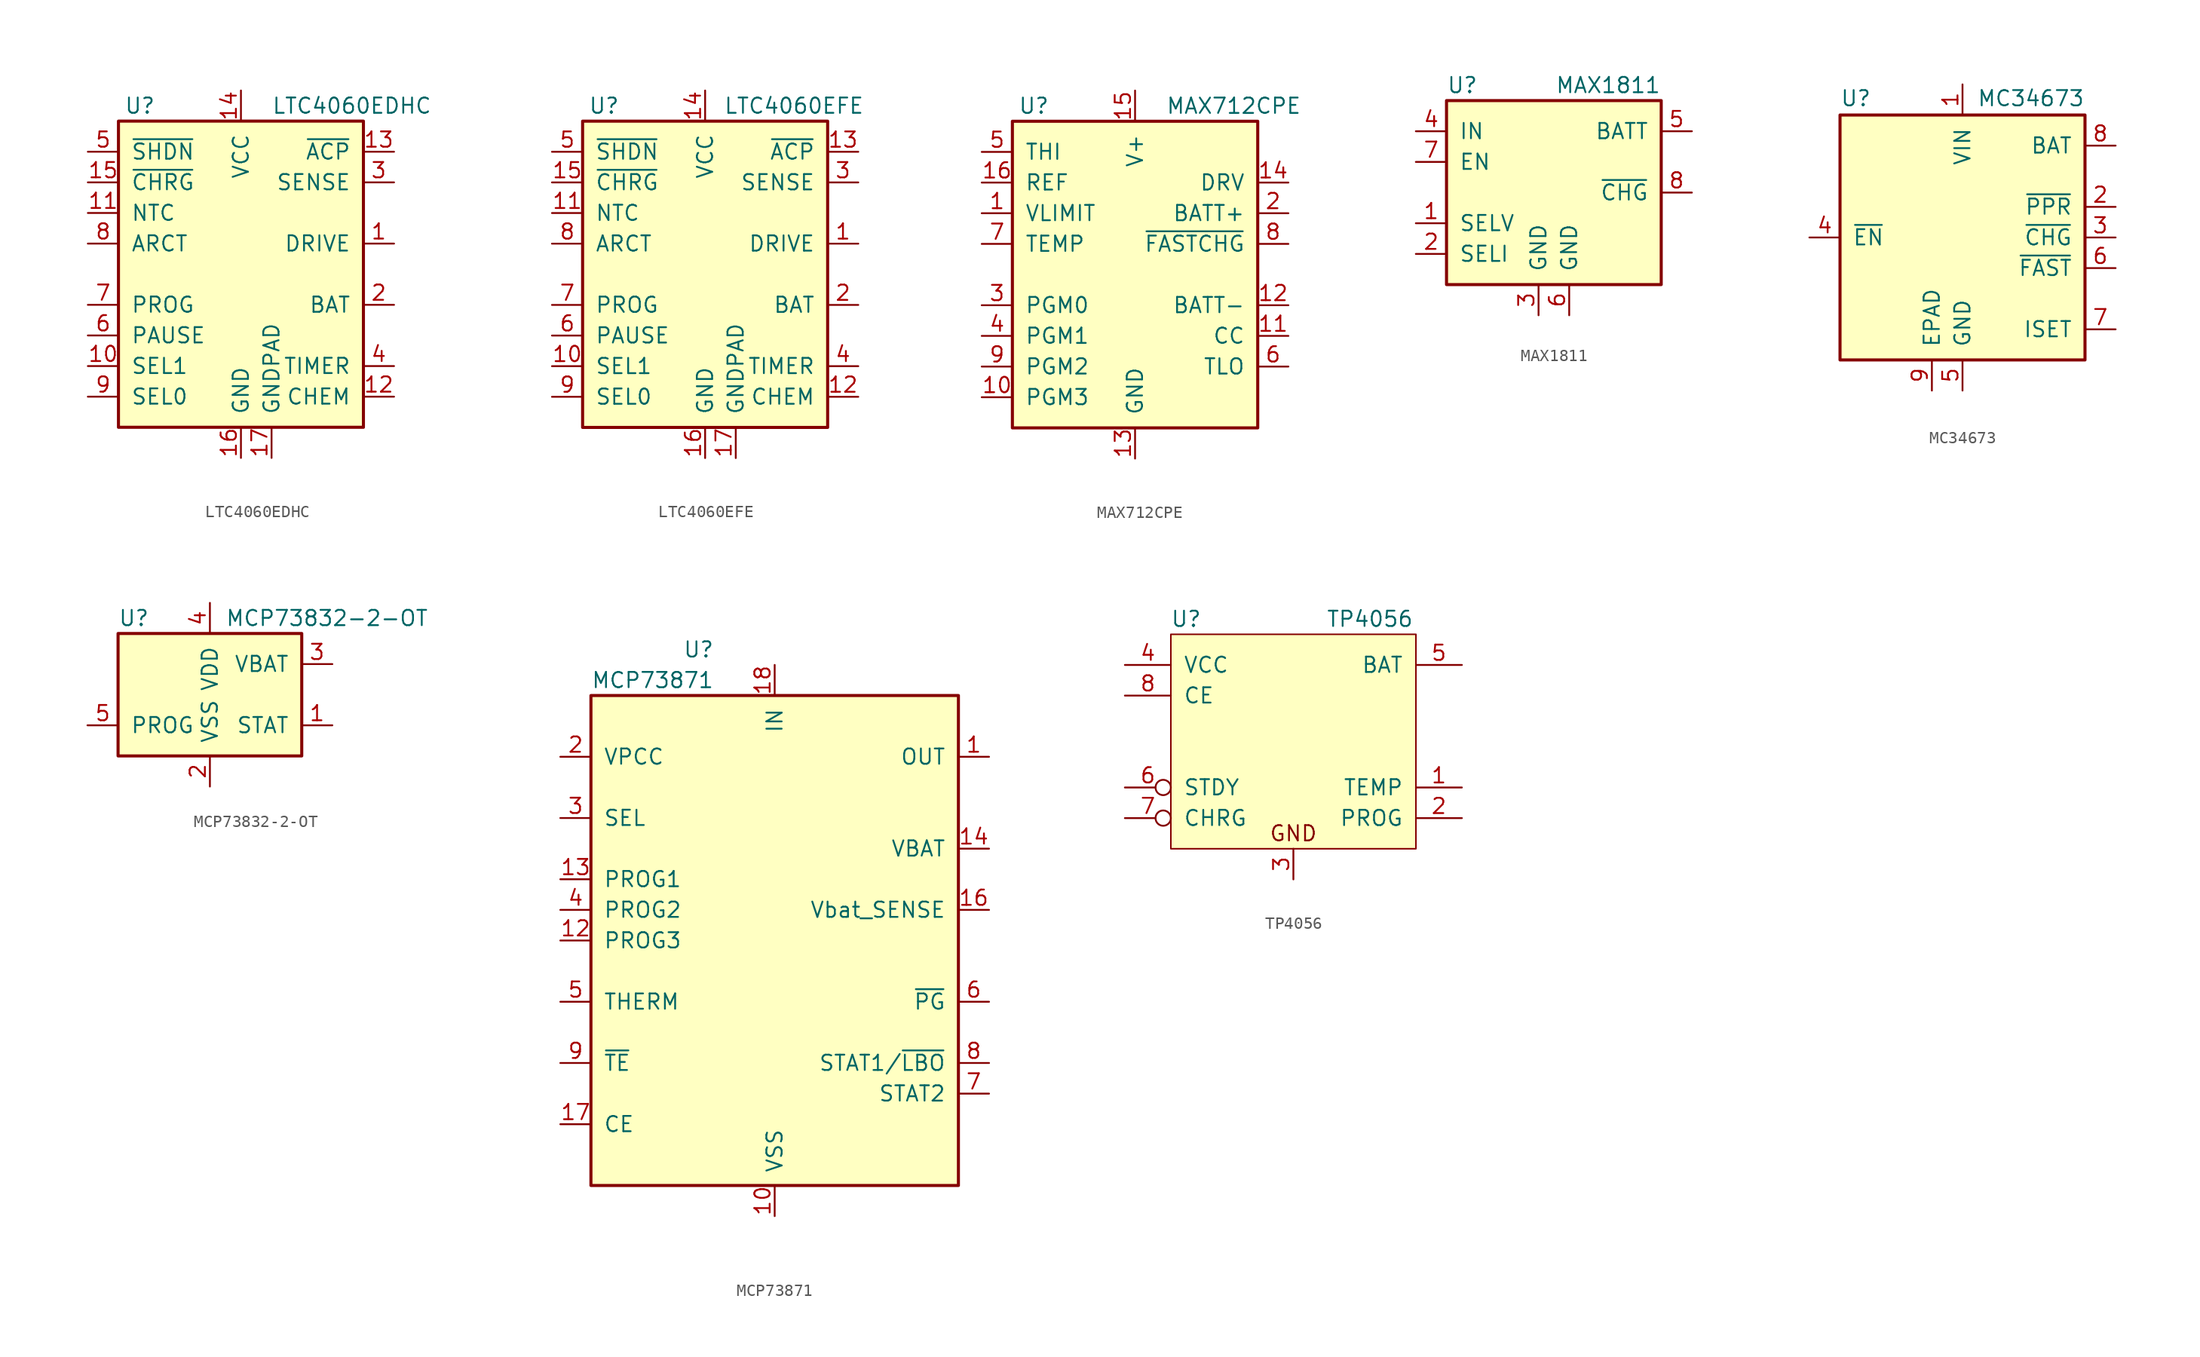
<source format=kicad_sym>
(kicad_symbol_lib
  (version 20201005)
  (generator kicad_symbol_editor)
  (symbol "LTC4060EDHC"
    (pin_names
      (offset 1.016))
    (property "Reference" "U"
      (at -8.382 13.97 0)
      (effects (font (size 1.27 1.27))))
    (property "Value" "LTC4060EDHC"
      (at 2.54 13.97 0)
      (effects (font (size 1.27 1.27)) (justify left)))
    (symbol "LTC4060EDHC_0_1"
      (rectangle (start -10.16 12.7) (end 10.16 -12.7) (stroke (width 0.254)) (fill (type background))))
    (symbol "LTC4060EDHC_1_1"
      (pin output line (at 12.7 2.54 180) (length 2.54) (name "DRIVE" (effects (font (size 1.27 1.27)))) (number "1" (effects (font (size 1.27 1.27)))))
      (pin input line (at -12.7 -7.62 0) (length 2.54) (name "SEL1" (effects (font (size 1.27 1.27)))) (number "10" (effects (font (size 1.27 1.27)))))
      (pin input line (at -12.7 5.08 0) (length 2.54) (name "NTC" (effects (font (size 1.27 1.27)))) (number "11" (effects (font (size 1.27 1.27)))))
      (pin input line (at 12.7 -10.16 180) (length 2.54) (name "CHEM" (effects (font (size 1.27 1.27)))) (number "12" (effects (font (size 1.27 1.27)))))
      (pin open_collector line (at 12.7 10.16 180) (length 2.54) (name "~ACP" (effects (font (size 1.27 1.27)))) (number "13" (effects (font (size 1.27 1.27)))))
      (pin power_in line (at 0 15.24 270) (length 2.54) (name "VCC" (effects (font (size 1.27 1.27)))) (number "14" (effects (font (size 1.27 1.27)))))
      (pin open_collector line (at -12.7 7.62 0) (length 2.54) (name "~CHRG" (effects (font (size 1.27 1.27)))) (number "15" (effects (font (size 1.27 1.27)))))
      (pin power_in line (at 0 -15.24 90) (length 2.54) (name "GND" (effects (font (size 1.27 1.27)))) (number "16" (effects (font (size 1.27 1.27)))))
      (pin power_in line (at 2.54 -15.24 90) (length 2.54) (name "GNDPAD" (effects (font (size 1.27 1.27)))) (number "17" (effects (font (size 1.27 1.27)))))
      (pin input line (at 12.7 -2.54 180) (length 2.54) (name "BAT" (effects (font (size 1.27 1.27)))) (number "2" (effects (font (size 1.27 1.27)))))
      (pin input line (at 12.7 7.62 180) (length 2.54) (name "SENSE" (effects (font (size 1.27 1.27)))) (number "3" (effects (font (size 1.27 1.27)))))
      (pin input line (at 12.7 -7.62 180) (length 2.54) (name "TIMER" (effects (font (size 1.27 1.27)))) (number "4" (effects (font (size 1.27 1.27)))))
      (pin input line (at -12.7 10.16 0) (length 2.54) (name "~SHDN" (effects (font (size 1.27 1.27)))) (number "5" (effects (font (size 1.27 1.27)))))
      (pin input line (at -12.7 -5.08 0) (length 2.54) (name "PAUSE" (effects (font (size 1.27 1.27)))) (number "6" (effects (font (size 1.27 1.27)))))
      (pin input line (at -12.7 -2.54 0) (length 2.54) (name "PROG" (effects (font (size 1.27 1.27)))) (number "7" (effects (font (size 1.27 1.27)))))
      (pin input line (at -12.7 2.54 0) (length 2.54) (name "ARCT" (effects (font (size 1.27 1.27)))) (number "8" (effects (font (size 1.27 1.27)))))
      (pin input line (at -12.7 -10.16 0) (length 2.54) (name "SEL0" (effects (font (size 1.27 1.27)))) (number "9" (effects (font (size 1.27 1.27)))))))
  (symbol "LTC4060EFE"
    (pin_names
      (offset 1.016))
    (property "Reference" "U"
      (at -8.382 13.97 0)
      (effects (font (size 1.27 1.27))))
    (property "Value" "LTC4060EFE"
      (at 1.524 13.97 0)
      (effects (font (size 1.27 1.27)) (justify left)))
    (symbol "LTC4060EFE_0_1"
      (rectangle (start -10.16 12.7) (end 10.16 -12.7) (stroke (width 0.254)) (fill (type background))))
    (symbol "LTC4060EFE_1_1"
      (pin output line (at 12.7 2.54 180) (length 2.54) (name "DRIVE" (effects (font (size 1.27 1.27)))) (number "1" (effects (font (size 1.27 1.27)))))
      (pin input line (at -12.7 -7.62 0) (length 2.54) (name "SEL1" (effects (font (size 1.27 1.27)))) (number "10" (effects (font (size 1.27 1.27)))))
      (pin input line (at -12.7 5.08 0) (length 2.54) (name "NTC" (effects (font (size 1.27 1.27)))) (number "11" (effects (font (size 1.27 1.27)))))
      (pin input line (at 12.7 -10.16 180) (length 2.54) (name "CHEM" (effects (font (size 1.27 1.27)))) (number "12" (effects (font (size 1.27 1.27)))))
      (pin open_collector line (at 12.7 10.16 180) (length 2.54) (name "~ACP" (effects (font (size 1.27 1.27)))) (number "13" (effects (font (size 1.27 1.27)))))
      (pin power_in line (at 0 15.24 270) (length 2.54) (name "VCC" (effects (font (size 1.27 1.27)))) (number "14" (effects (font (size 1.27 1.27)))))
      (pin open_collector line (at -12.7 7.62 0) (length 2.54) (name "~CHRG" (effects (font (size 1.27 1.27)))) (number "15" (effects (font (size 1.27 1.27)))))
      (pin power_in line (at 0 -15.24 90) (length 2.54) (name "GND" (effects (font (size 1.27 1.27)))) (number "16" (effects (font (size 1.27 1.27)))))
      (pin power_in line (at 2.54 -15.24 90) (length 2.54) (name "GNDPAD" (effects (font (size 1.27 1.27)))) (number "17" (effects (font (size 1.27 1.27)))))
      (pin input line (at 12.7 -2.54 180) (length 2.54) (name "BAT" (effects (font (size 1.27 1.27)))) (number "2" (effects (font (size 1.27 1.27)))))
      (pin input line (at 12.7 7.62 180) (length 2.54) (name "SENSE" (effects (font (size 1.27 1.27)))) (number "3" (effects (font (size 1.27 1.27)))))
      (pin input line (at 12.7 -7.62 180) (length 2.54) (name "TIMER" (effects (font (size 1.27 1.27)))) (number "4" (effects (font (size 1.27 1.27)))))
      (pin input line (at -12.7 10.16 0) (length 2.54) (name "~SHDN" (effects (font (size 1.27 1.27)))) (number "5" (effects (font (size 1.27 1.27)))))
      (pin input line (at -12.7 -5.08 0) (length 2.54) (name "PAUSE" (effects (font (size 1.27 1.27)))) (number "6" (effects (font (size 1.27 1.27)))))
      (pin input line (at -12.7 -2.54 0) (length 2.54) (name "PROG" (effects (font (size 1.27 1.27)))) (number "7" (effects (font (size 1.27 1.27)))))
      (pin input line (at -12.7 2.54 0) (length 2.54) (name "ARCT" (effects (font (size 1.27 1.27)))) (number "8" (effects (font (size 1.27 1.27)))))
      (pin input line (at -12.7 -10.16 0) (length 2.54) (name "SEL0" (effects (font (size 1.27 1.27)))) (number "9" (effects (font (size 1.27 1.27)))))))
  (symbol "MAX712CPE"
    (pin_names
      (offset 1.016))
    (property "Reference" "U"
      (at -8.382 13.97 0)
      (effects (font (size 1.27 1.27))))
    (property "Value" "MAX712CPE"
      (at 2.54 13.97 0)
      (effects (font (size 1.27 1.27)) (justify left)))
    (symbol "MAX712CPE_0_1"
      (rectangle (start -10.16 12.7) (end 10.16 -12.7) (stroke (width 0.254)) (fill (type background))))
    (symbol "MAX712CPE_1_1"
      (pin input line (at -12.7 5.08 0) (length 2.54) (name "VLIMIT" (effects (font (size 1.27 1.27)))) (number "1" (effects (font (size 1.27 1.27)))))
      (pin input line (at -12.7 -10.16 0) (length 2.54) (name "PGM3" (effects (font (size 1.27 1.27)))) (number "10" (effects (font (size 1.27 1.27)))))
      (pin input line (at 12.7 -5.08 180) (length 2.54) (name "CC" (effects (font (size 1.27 1.27)))) (number "11" (effects (font (size 1.27 1.27)))))
      (pin input line (at 12.7 -2.54 180) (length 2.54) (name "BATT-" (effects (font (size 1.27 1.27)))) (number "12" (effects (font (size 1.27 1.27)))))
      (pin power_in line (at 0 -15.24 90) (length 2.54) (name "GND" (effects (font (size 1.27 1.27)))) (number "13" (effects (font (size 1.27 1.27)))))
      (pin output line (at 12.7 7.62 180) (length 2.54) (name "DRV" (effects (font (size 1.27 1.27)))) (number "14" (effects (font (size 1.27 1.27)))))
      (pin power_in line (at 0 15.24 270) (length 2.54) (name "V+" (effects (font (size 1.27 1.27)))) (number "15" (effects (font (size 1.27 1.27)))))
      (pin power_in line (at -12.7 7.62 0) (length 2.54) (name "REF" (effects (font (size 1.27 1.27)))) (number "16" (effects (font (size 1.27 1.27)))))
      (pin input line (at 12.7 5.08 180) (length 2.54) (name "BATT+" (effects (font (size 1.27 1.27)))) (number "2" (effects (font (size 1.27 1.27)))))
      (pin input line (at -12.7 -2.54 0) (length 2.54) (name "PGM0" (effects (font (size 1.27 1.27)))) (number "3" (effects (font (size 1.27 1.27)))))
      (pin input line (at -12.7 -5.08 0) (length 2.54) (name "PGM1" (effects (font (size 1.27 1.27)))) (number "4" (effects (font (size 1.27 1.27)))))
      (pin input line (at -12.7 10.16 0) (length 2.54) (name "THI" (effects (font (size 1.27 1.27)))) (number "5" (effects (font (size 1.27 1.27)))))
      (pin input line (at 12.7 -7.62 180) (length 2.54) (name "TLO" (effects (font (size 1.27 1.27)))) (number "6" (effects (font (size 1.27 1.27)))))
      (pin input line (at -12.7 2.54 0) (length 2.54) (name "TEMP" (effects (font (size 1.27 1.27)))) (number "7" (effects (font (size 1.27 1.27)))))
      (pin open_collector line (at 12.7 2.54 180) (length 2.54) (name "~FASTCHG" (effects (font (size 1.27 1.27)))) (number "8" (effects (font (size 1.27 1.27)))))
      (pin input line (at -12.7 -7.62 0) (length 2.54) (name "PGM2" (effects (font (size 1.27 1.27)))) (number "9" (effects (font (size 1.27 1.27)))))))
  (symbol "MAX1811"
    (pin_names
      (offset 1.016))
    (property "Reference" "U"
      (at -7.62 8.89 0)
      (effects (font (size 1.27 1.27)) (justify left)))
    (property "Value" "MAX1811"
      (at 10.16 8.89 0)
      (effects (font (size 1.27 1.27)) (justify right)))
    (symbol "MAX1811_0_1"
      (rectangle (start -7.62 7.62) (end 10.16 -7.62) (stroke (width 0.254)) (fill (type background))))
    (symbol "MAX1811_1_1"
      (pin input line (at -10.16 -2.54 0) (length 2.54) (name "SELV" (effects (font (size 1.27 1.27)))) (number "1" (effects (font (size 1.27 1.27)))))
      (pin input line (at -10.16 -5.08 0) (length 2.54) (name "SELI" (effects (font (size 1.27 1.27)))) (number "2" (effects (font (size 1.27 1.27)))))
      (pin power_in line (at 0 -10.16 90) (length 2.54) (name "GND" (effects (font (size 1.27 1.27)))) (number "3" (effects (font (size 1.27 1.27)))))
      (pin power_in line (at -10.16 5.08 0) (length 2.54) (name "IN" (effects (font (size 1.27 1.27)))) (number "4" (effects (font (size 1.27 1.27)))))
      (pin power_out line (at 12.7 5.08 180) (length 2.54) (name "BATT" (effects (font (size 1.27 1.27)))) (number "5" (effects (font (size 1.27 1.27)))))
      (pin power_in line (at 2.54 -10.16 90) (length 2.54) (name "GND" (effects (font (size 1.27 1.27)))) (number "6" (effects (font (size 1.27 1.27)))))
      (pin input line (at -10.16 2.54 0) (length 2.54) (name "EN" (effects (font (size 1.27 1.27)))) (number "7" (effects (font (size 1.27 1.27)))))
      (pin open_collector line (at 12.7 0 180) (length 2.54) (name "~CHG" (effects (font (size 1.27 1.27)))) (number "8" (effects (font (size 1.27 1.27)))))))
  (symbol "MC34673"
    (pin_names
      (offset 1.016))
    (property "Reference" "U"
      (at -10.16 10.795 0)
      (effects (font (size 1.27 1.27)) (justify left bottom)))
    (property "Value" "MC34673"
      (at 10.16 10.795 0)
      (effects (font (size 1.27 1.27)) (justify right bottom)))
    (symbol "MC34673_0_1"
      (rectangle (start -10.16 10.16) (end 10.16 -10.16) (stroke (width 0.254)) (fill (type background))))
    (symbol "MC34673_1_1"
      (pin power_in line (at 0 12.7 270) (length 2.54) (name "VIN" (effects (font (size 1.27 1.27)))) (number "1" (effects (font (size 1.27 1.27)))))
      (pin open_collector line (at 12.7 2.54 180) (length 2.54) (name "~PPR~" (effects (font (size 1.27 1.27)))) (number "2" (effects (font (size 1.27 1.27)))))
      (pin open_collector line (at 12.7 0 180) (length 2.54) (name "~CHG~" (effects (font (size 1.27 1.27)))) (number "3" (effects (font (size 1.27 1.27)))))
      (pin input line (at -12.7 0 0) (length 2.54) (name "~EN~" (effects (font (size 1.27 1.27)))) (number "4" (effects (font (size 1.27 1.27)))))
      (pin power_in line (at 0 -12.7 90) (length 2.54) (name "GND" (effects (font (size 1.27 1.27)))) (number "5" (effects (font (size 1.27 1.27)))))
      (pin open_collector line (at 12.7 -2.54 180) (length 2.54) (name "~FAST~" (effects (font (size 1.27 1.27)))) (number "6" (effects (font (size 1.27 1.27)))))
      (pin output line (at 12.7 -7.62 180) (length 2.54) (name "ISET" (effects (font (size 1.27 1.27)))) (number "7" (effects (font (size 1.27 1.27)))))
      (pin power_out line (at 12.7 7.62 180) (length 2.54) (name "BAT" (effects (font (size 1.27 1.27)))) (number "8" (effects (font (size 1.27 1.27)))))
      (pin power_in line (at -2.54 -12.7 90) (length 2.54) (name "EPAD" (effects (font (size 1.27 1.27)))) (number "9" (effects (font (size 1.27 1.27)))))))
  (symbol "MCP73832-2-OT"
    (pin_names
      (offset 1.016))
    (property "Reference" "U"
      (at -7.62 6.35 0)
      (effects (font (size 1.27 1.27)) (justify left)))
    (property "Value" "MCP73832-2-OT"
      (at 1.27 6.35 0)
      (effects (font (size 1.27 1.27)) (justify left)))
    (symbol "MCP73832-2-OT_0_1"
      (rectangle (start -7.62 5.08) (end 7.62 -5.08) (stroke (width 0.254)) (fill (type background))))
    (symbol "MCP73832-2-OT_1_1"
      (pin output line (at 10.16 -2.54 180) (length 2.54) (name "STAT" (effects (font (size 1.27 1.27)))) (number "1" (effects (font (size 1.27 1.27)))))
      (pin power_in line (at 0 -7.62 90) (length 2.54) (name "VSS" (effects (font (size 1.27 1.27)))) (number "2" (effects (font (size 1.27 1.27)))))
      (pin power_out line (at 10.16 2.54 180) (length 2.54) (name "VBAT" (effects (font (size 1.27 1.27)))) (number "3" (effects (font (size 1.27 1.27)))))
      (pin power_in line (at 0 7.62 270) (length 2.54) (name "VDD" (effects (font (size 1.27 1.27)))) (number "4" (effects (font (size 1.27 1.27)))))
      (pin input line (at -10.16 -2.54 0) (length 2.54) (name "PROG" (effects (font (size 1.27 1.27)))) (number "5" (effects (font (size 1.27 1.27)))))))
  (symbol "MCP73871"
    (pin_names
      (offset 1.016))
    (property "Reference" "U"
      (at -7.62 24.13 0)
      (effects (font (size 1.27 1.27)) (justify left)))
    (property "Value" "MCP73871"
      (at -15.24 21.59 0)
      (effects (font (size 1.27 1.27)) (justify left)))
    (symbol "MCP73871_0_1"
      (rectangle (start -15.24 20.32) (end 15.24 -20.32) (stroke (width 0.254)) (fill (type background))))
    (symbol "MCP73871_1_1"
      (pin power_out line (at 17.78 15.24 180) (length 2.54) (name "OUT" (effects (font (size 1.27 1.27)))) (number "1" (effects (font (size 1.27 1.27)))))
      (pin power_in line (at 0 -22.86 90) (length 2.54) (name "VSS" (effects (font (size 1.27 1.27)))) (number "10" (effects (font (size 1.27 1.27)))))
      (pin passive line (at 0 -22.86 90) (length 2.54) hide (name "VSS" (effects (font (size 1.27 1.27)))) (number "11" (effects (font (size 1.27 1.27)))))
      (pin bidirectional line (at -17.78 0 0) (length 2.54) (name "PROG3" (effects (font (size 1.27 1.27)))) (number "12" (effects (font (size 1.27 1.27)))))
      (pin bidirectional line (at -17.78 5.08 0) (length 2.54) (name "PROG1" (effects (font (size 1.27 1.27)))) (number "13" (effects (font (size 1.27 1.27)))))
      (pin power_out line (at 17.78 7.62 180) (length 2.54) (name "VBAT" (effects (font (size 1.27 1.27)))) (number "14" (effects (font (size 1.27 1.27)))))
      (pin passive line (at 17.78 7.62 180) (length 2.54) hide (name "VBAT" (effects (font (size 1.27 1.27)))) (number "15" (effects (font (size 1.27 1.27)))))
      (pin input line (at 17.78 2.54 180) (length 2.54) (name "Vbat_SENSE" (effects (font (size 1.27 1.27)))) (number "16" (effects (font (size 1.27 1.27)))))
      (pin input line (at -17.78 -15.24 0) (length 2.54) (name "CE" (effects (font (size 1.27 1.27)))) (number "17" (effects (font (size 1.27 1.27)))))
      (pin power_in line (at 0 22.86 270) (length 2.54) (name "IN" (effects (font (size 1.27 1.27)))) (number "18" (effects (font (size 1.27 1.27)))))
      (pin passive line (at 0 22.86 270) (length 2.54) hide (name "IN" (effects (font (size 1.27 1.27)))) (number "19" (effects (font (size 1.27 1.27)))))
      (pin input line (at -17.78 15.24 0) (length 2.54) (name "VPCC" (effects (font (size 1.27 1.27)))) (number "2" (effects (font (size 1.27 1.27)))))
      (pin passive line (at 17.78 15.24 180) (length 2.54) hide (name "OUT" (effects (font (size 1.27 1.27)))) (number "20" (effects (font (size 1.27 1.27)))))
      (pin passive line (at 0 -22.86 90) (length 2.54) hide (name "VSS" (effects (font (size 1.27 1.27)))) (number "21" (effects (font (size 1.27 1.27)))))
      (pin input line (at -17.78 10.16 0) (length 2.54) (name "SEL" (effects (font (size 1.27 1.27)))) (number "3" (effects (font (size 1.27 1.27)))))
      (pin input line (at -17.78 2.54 0) (length 2.54) (name "PROG2" (effects (font (size 1.27 1.27)))) (number "4" (effects (font (size 1.27 1.27)))))
      (pin bidirectional line (at -17.78 -5.08 0) (length 2.54) (name "THERM" (effects (font (size 1.27 1.27)))) (number "5" (effects (font (size 1.27 1.27)))))
      (pin open_collector line (at 17.78 -5.08 180) (length 2.54) (name "~PG~" (effects (font (size 1.27 1.27)))) (number "6" (effects (font (size 1.27 1.27)))))
      (pin open_collector line (at 17.78 -12.7 180) (length 2.54) (name "STAT2" (effects (font (size 1.27 1.27)))) (number "7" (effects (font (size 1.27 1.27)))))
      (pin open_collector line (at 17.78 -10.16 180) (length 2.54) (name "STAT1/~LBO~" (effects (font (size 1.27 1.27)))) (number "8" (effects (font (size 1.27 1.27)))))
      (pin input line (at -17.78 -10.16 0) (length 2.54) (name "~TE" (effects (font (size 1.27 1.27)))) (number "9" (effects (font (size 1.27 1.27)))))))
  (symbol "TP4056"
    (pin_names
      (offset 1.016))
    (property "Reference" "U"
      (at -8.89 10.16 0)
      (effects (font (size 1.27 1.27))))
    (property "Value" "TP4056"
      (at 6.35 10.16 0)
      (effects (font (size 1.27 1.27))))
    (symbol "TP4056_0_0"
      (text "GND" (at 0 -7.62 0) (effects (font (size 1.27 1.27))))
      (rectangle (start -10.16 8.89) (end 10.16 -8.89) (stroke (width 0.127)) (fill (type background))))
    (symbol "TP4056_1_1"
      (pin input line (at 13.97 -3.81 180) (length 3.81) (name "TEMP" (effects (font (size 1.27 1.27)))) (number "1" (effects (font (size 1.27 1.27)))))
      (pin input line (at 13.97 -6.35 180) (length 3.81) (name "PROG" (effects (font (size 1.27 1.27)))) (number "2" (effects (font (size 1.27 1.27)))))
      (pin input line (at 0 -11.43 90) (length 2.54) (name "~" (effects (font (size 1.27 1.27)))) (number "3" (effects (font (size 1.27 1.27)))))
      (pin input line (at -13.97 6.35 0) (length 3.81) (name "VCC" (effects (font (size 1.27 1.27)))) (number "4" (effects (font (size 1.27 1.27)))))
      (pin input line (at 13.97 6.35 180) (length 3.81) (name "BAT" (effects (font (size 1.27 1.27)))) (number "5" (effects (font (size 1.27 1.27)))))
      (pin output inverted (at -13.97 -3.81 0) (length 3.81) (name "STDY" (effects (font (size 1.27 1.27)))) (number "6" (effects (font (size 1.27 1.27)))))
      (pin output inverted (at -13.97 -6.35 0) (length 3.81) (name "CHRG" (effects (font (size 1.27 1.27)))) (number "7" (effects (font (size 1.27 1.27)))))
      (pin input line (at -13.97 3.81 0) (length 3.81) (name "CE" (effects (font (size 1.27 1.27)))) (number "8" (effects (font (size 1.27 1.27))))))))
</source>
